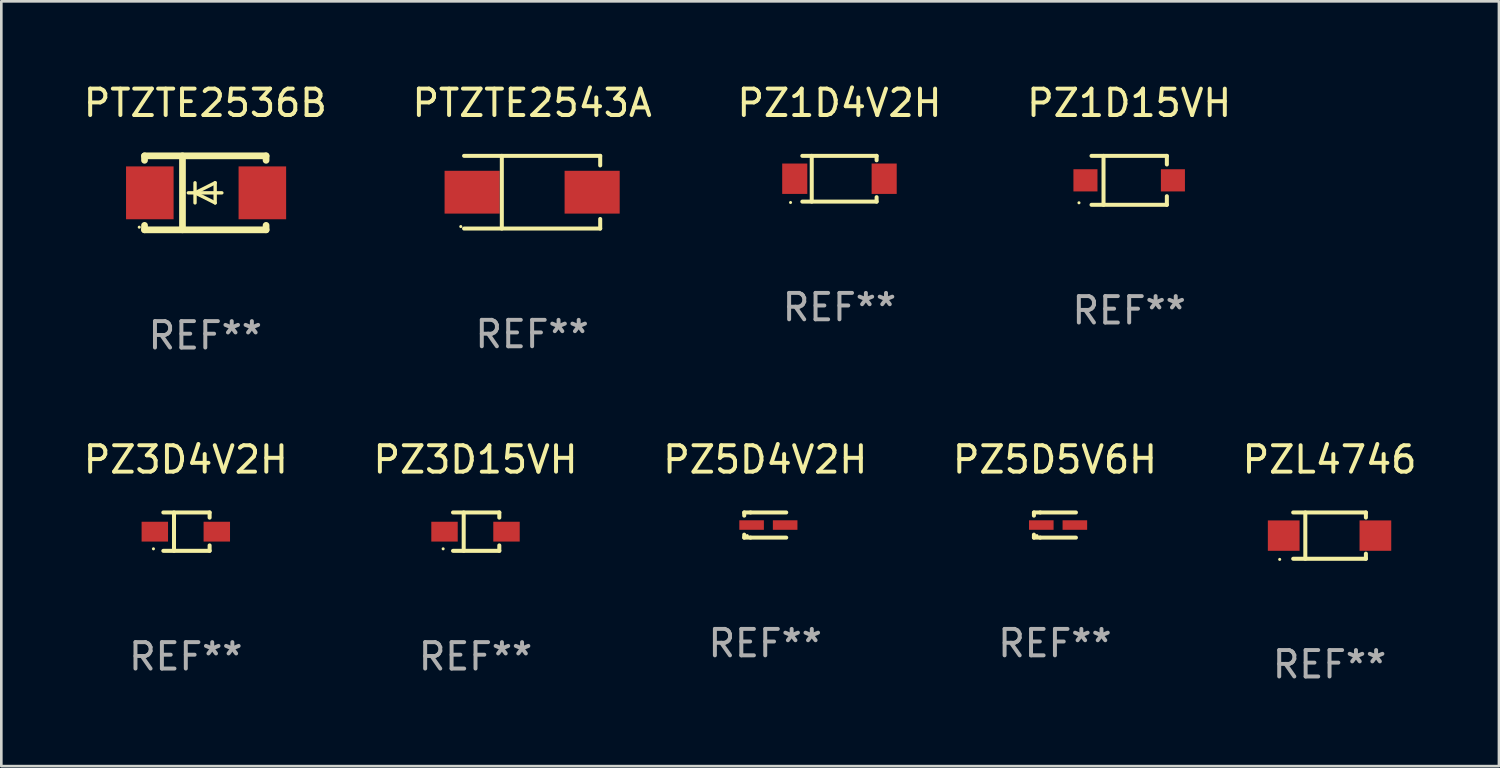
<source format=kicad_pcb>
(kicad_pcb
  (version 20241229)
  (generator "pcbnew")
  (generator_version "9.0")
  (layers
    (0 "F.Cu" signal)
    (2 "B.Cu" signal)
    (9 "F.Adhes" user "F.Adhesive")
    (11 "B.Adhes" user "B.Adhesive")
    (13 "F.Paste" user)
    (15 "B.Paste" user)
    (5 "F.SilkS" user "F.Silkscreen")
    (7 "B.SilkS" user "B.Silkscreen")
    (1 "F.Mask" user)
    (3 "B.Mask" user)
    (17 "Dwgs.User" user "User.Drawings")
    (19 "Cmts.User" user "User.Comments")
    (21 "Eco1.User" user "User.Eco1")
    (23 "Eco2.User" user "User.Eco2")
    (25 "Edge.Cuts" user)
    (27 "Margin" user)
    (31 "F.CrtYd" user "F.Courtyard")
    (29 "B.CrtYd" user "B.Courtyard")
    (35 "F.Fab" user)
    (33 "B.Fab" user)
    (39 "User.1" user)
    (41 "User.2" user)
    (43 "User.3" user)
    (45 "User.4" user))
  (footprint "PZ1D4V2H"
    (layer "F.Cu")
    (at 28.72 3.714)
    (property "Reference" "PZ1D4V2H" (at 0 -2.866 0) (layer "F.SilkS") (effects (font (size 1 1) (thickness 0.15))))
    (attr through_hole)
    (fp_line (start -1.406 -0.866) (end 1.406 -0.866) (stroke (width 0.152) (type solid)) (layer "F.SilkS"))
    (fp_line (start -1.406 0.866) (end 1.406 0.866) (stroke (width 0.152) (type solid)) (layer "F.SilkS"))
    (fp_line (start -1.049 -0.866) (end -1.049 0.866) (stroke (width 0.152) (type solid)) (layer "F.SilkS"))
    (fp_line (start 1.406 -0.866) (end 1.406 -0.698) (stroke (width 0.152) (type solid)) (layer "F.SilkS"))
    (fp_line (start 1.406 0.866) (end 1.406 0.698) (stroke (width 0.152) (type solid)) (layer "F.SilkS"))
    (fp_circle (center -1.851 0.9) (end -1.821 0.9) (stroke (width 0.06) (type solid)) (fill no) (layer "F.SilkS"))
    (fp_text user "REF**" (at 0 4.866 0) (layer "F.Fab") (effects (font (size 1 1) (thickness 0.15))))
    (pad "1" smd rect (at -1.692 0) (size 0.95 1.15) (layers "F.Cu" "F.Mask" "F.Paste"))
    (pad "2" smd rect (at 1.692 0) (size 0.95 1.15) (layers "F.Cu" "F.Mask" "F.Paste")))
  (footprint "PZ5D5V6H"
    (layer "F.Cu")
    (at 36.875 16.821)
    (property "Reference" "PZ5D5V6H" (at 0 -2.476 0) (layer "F.SilkS") (effects (font (size 1 1) (thickness 0.15))))
    (attr through_hole)
    (fp_line (start -0.795 -0.476) (end -0.795 -0.356) (stroke (width 0.152) (type solid)) (layer "F.SilkS"))
    (fp_line (start -0.795 0.363) (end -0.795 0.476) (stroke (width 0.152) (type solid)) (layer "F.SilkS"))
    (fp_line (start -0.795 0.476) (end -0.557 0.476) (stroke (width 0.152) (type solid)) (layer "F.SilkS"))
    (fp_line (start -0.557 -0.476) (end -0.795 -0.476) (stroke (width 0.152) (type solid)) (layer "F.SilkS"))
    (fp_line (start -0.557 -0.476) (end 0.795 -0.476) (stroke (width 0.152) (type solid)) (layer "F.SilkS"))
    (fp_line (start -0.557 0.476) (end 0.795 0.476) (stroke (width 0.152) (type solid)) (layer "F.SilkS"))
    (fp_circle (center -0.681 0.4) (end -0.651 0.4) (stroke (width 0.06) (type solid)) (fill no) (layer "F.SilkS"))
    (fp_text user "REF**" (at 0 4.476 0) (layer "F.Fab") (effects (font (size 1 1) (thickness 0.15))))
    (pad "1" smd rect (at -0.516 0 180) (size 0.93 0.36) (layers "F.Cu" "F.Mask" "F.Paste"))
    (pad "2" smd rect (at 0.754 0 180) (size 0.93 0.36) (layers "F.Cu" "F.Mask" "F.Paste")))
  (footprint "PZ3D15VH"
    (layer "F.Cu")
    (at 14.946 17.071)
    (property "Reference" "PZ3D15VH" (at 0 -2.726 0) (layer "F.SilkS") (effects (font (size 1 1) (thickness 0.15))))
    (attr through_hole)
    (fp_line (start -0.851 -0.726) (end 0.901 -0.726) (stroke (width 0.152) (type solid)) (layer "F.SilkS"))
    (fp_line (start -0.851 0.726) (end 0.901 0.726) (stroke (width 0.152) (type solid)) (layer "F.SilkS"))
    (fp_line (start -0.447 -0.726) (end -0.447 0.726) (stroke (width 0.152) (type solid)) (layer "F.SilkS"))
    (fp_line (start 0.901 -0.726) (end 0.901 -0.53) (stroke (width 0.152) (type solid)) (layer "F.SilkS"))
    (fp_line (start 0.901 0.726) (end 0.901 0.52) (stroke (width 0.152) (type solid)) (layer "F.SilkS"))
    (fp_circle (center -1.225 0.65) (end -1.195 0.65) (stroke (width 0.06) (type solid)) (fill no) (layer "F.SilkS"))
    (fp_text user "REF**" (at 0 4.726 0) (layer "F.Fab") (effects (font (size 1 1) (thickness 0.15))))
    (pad "1" smd rect (at -1.173 0) (size 1 0.75) (layers "F.Cu" "F.Mask" "F.Paste"))
    (pad "2" smd rect (at 1.173 0) (size 1 0.75) (layers "F.Cu" "F.Mask" "F.Paste")))
  (footprint "PTZTE2536B"
    (layer "F.Cu")
    (at 4.72 4.248)
    (property "Reference" "PTZTE2536B" (at 0 -3.4 0) (layer "F.SilkS") (effects (font (size 1 1) (thickness 0.15))))
    (attr through_hole)
    (fp_line (start -2.3 -1.4) (end -2.3 -1.231) (stroke (width 0.254) (type solid)) (layer "F.SilkS"))
    (fp_line (start -2.3 -1.4) (end 2.3 -1.4) (stroke (width 0.254) (type solid)) (layer "F.SilkS"))
    (fp_line (start -2.3 1.231) (end -2.3 1.4) (stroke (width 0.254) (type solid)) (layer "F.SilkS"))
    (fp_line (start -2.3 1.4) (end 2.3 1.4) (stroke (width 0.254) (type solid)) (layer "F.SilkS"))
    (fp_line (start -0.864 1.4) (end -0.864 -1.4) (stroke (width 0.254) (type solid)) (layer "F.SilkS"))
    (fp_line (start -0.389 0) (end -0.389 -0.381) (stroke (width 0.127) (type solid)) (layer "F.SilkS"))
    (fp_line (start -0.389 0) (end -0.389 0.381) (stroke (width 0.127) (type solid)) (layer "F.SilkS"))
    (fp_line (start 0.373 -0.381) (end -0.389 0) (stroke (width 0.127) (type solid)) (layer "F.SilkS"))
    (fp_line (start 0.373 0) (end 0.373 -0.381) (stroke (width 0.127) (type solid)) (layer "F.SilkS"))
    (fp_line (start 0.373 0) (end 0.373 0.381) (stroke (width 0.127) (type solid)) (layer "F.SilkS"))
    (fp_line (start 0.373 0.381) (end -0.389 0) (stroke (width 0.127) (type solid)) (layer "F.SilkS"))
    (fp_line (start 0.627 0) (end -0.643 0) (stroke (width 0.127) (type solid)) (layer "F.SilkS"))
    (fp_line (start 2.3 -1.4) (end 2.3 -1.231) (stroke (width 0.254) (type solid)) (layer "F.SilkS"))
    (fp_line (start 2.3 1.231) (end 2.3 1.4) (stroke (width 0.254) (type solid)) (layer "F.SilkS"))
    (fp_circle (center -2.5 1.3) (end -2.47 1.3) (stroke (width 0.06) (type solid)) (fill no) (layer "F.SilkS"))
    (fp_text user "REF**" (at 0 5.4 0) (layer "F.Fab") (effects (font (size 1 1) (thickness 0.15))))
    (pad "1" smd rect (at -2.1 0 180) (size 1.8 2) (layers "F.Cu" "F.Mask" "F.Paste"))
    (pad "2" smd rect (at 2.159 0 180) (size 1.8 2) (layers "F.Cu" "F.Mask" "F.Paste")))
  (footprint "PZ1D15VH"
    (layer "F.Cu")
    (at 39.685 3.775)
    (property "Reference" "PZ1D15VH" (at 0 -2.926 0) (layer "F.SilkS") (effects (font (size 1 1) (thickness 0.15))))
    (attr through_hole)
    (fp_line (start -1.426 0.926) (end 1.426 0.926) (stroke (width 0.152) (type solid)) (layer "F.SilkS"))
    (fp_line (start -1.426 -0.926) (end 1.426 -0.926) (stroke (width 0.152) (type solid)) (layer "F.SilkS"))
    (fp_line (start -0.971 0.926) (end -0.971 -0.926) (stroke (width 0.152) (type solid)) (layer "F.SilkS"))
    (fp_line (start 1.426 -0.926) (end 1.426 -0.6) (stroke (width 0.152) (type solid)) (layer "F.SilkS"))
    (fp_line (start 1.426 0.6) (end 1.426 0.926) (stroke (width 0.152) (type solid)) (layer "F.SilkS"))
    (fp_circle (center -1.9 0.85) (end -1.87 0.85) (stroke (width 0.06) (type solid)) (fill no) (layer "F.SilkS"))
    (fp_text user "REF**" (at 0 4.926 0) (layer "F.Fab") (effects (font (size 1 1) (thickness 0.15))))
    (pad "1" smd rect (at -1.655 -0.000064) (size 0.91 0.84) (layers "F.Cu" "F.Mask" "F.Paste"))
    (pad "2" smd rect (at 1.655 -0.000064) (size 0.91 0.84) (layers "F.Cu" "F.Mask" "F.Paste")))
  (footprint "PZ5D4V2H"
    (layer "F.Cu")
    (at 25.911 16.821)
    (property "Reference" "PZ5D4V2H" (at 0 -2.476 0) (layer "F.SilkS") (effects (font (size 1 1) (thickness 0.15))))
    (attr through_hole)
    (fp_line (start -0.795 -0.476) (end -0.795 -0.356) (stroke (width 0.152) (type solid)) (layer "F.SilkS"))
    (fp_line (start -0.795 0.363) (end -0.795 0.476) (stroke (width 0.152) (type solid)) (layer "F.SilkS"))
    (fp_line (start -0.795 0.476) (end -0.557 0.476) (stroke (width 0.152) (type solid)) (layer "F.SilkS"))
    (fp_line (start -0.557 -0.476) (end -0.795 -0.476) (stroke (width 0.152) (type solid)) (layer "F.SilkS"))
    (fp_line (start -0.557 -0.476) (end 0.795 -0.476) (stroke (width 0.152) (type solid)) (layer "F.SilkS"))
    (fp_line (start -0.557 0.476) (end 0.795 0.476) (stroke (width 0.152) (type solid)) (layer "F.SilkS"))
    (fp_circle (center -0.681 0.4) (end -0.651 0.4) (stroke (width 0.06) (type solid)) (fill no) (layer "F.SilkS"))
    (fp_text user "REF**" (at 0 4.476 0) (layer "F.Fab") (effects (font (size 1 1) (thickness 0.15))))
    (pad "1" smd rect (at -0.516 0 180) (size 0.93 0.36) (layers "F.Cu" "F.Mask" "F.Paste"))
    (pad "2" smd rect (at 0.754 0 180) (size 0.93 0.36) (layers "F.Cu" "F.Mask" "F.Paste")))
  (footprint "PTZTE2543A"
    (layer "F.Cu")
    (at 17.089 4.224)
    (property "Reference" "PTZTE2543A" (at 0 -3.376 0) (layer "F.SilkS") (effects (font (size 1 1) (thickness 0.15))))
    (attr through_hole)
    (fp_line (start -2.576 -1.376) (end 2.576 -1.376) (stroke (width 0.152) (type solid)) (layer "F.SilkS"))
    (fp_line (start -2.576 1.376) (end 2.576 1.376) (stroke (width 0.152) (type solid)) (layer "F.SilkS"))
    (fp_line (start -1.147 -1.376) (end -1.147 1.376) (stroke (width 0.152) (type solid)) (layer "F.SilkS"))
    (fp_line (start 2.576 -1.376) (end 2.576 -1.013) (stroke (width 0.152) (type solid)) (layer "F.SilkS"))
    (fp_line (start 2.576 1.376) (end 2.576 1.013) (stroke (width 0.152) (type solid)) (layer "F.SilkS"))
    (fp_circle (center -2.7 1.3) (end -2.67 1.3) (stroke (width 0.06) (type solid)) (fill no) (layer "F.SilkS"))
    (fp_text user "REF**" (at 0 5.376 0) (layer "F.Fab") (effects (font (size 1 1) (thickness 0.15))))
    (pad "1" smd rect (at -2.271 0) (size 2.085 1.62) (layers "F.Cu" "F.Mask" "F.Paste"))
    (pad "2" smd rect (at 2.271 0) (size 2.085 1.62) (layers "F.Cu" "F.Mask" "F.Paste")))
  (footprint "PZ3D4V2H"
    (layer "F.Cu")
    (at 3.982 17.071)
    (property "Reference" "PZ3D4V2H" (at 0 -2.726 0) (layer "F.SilkS") (effects (font (size 1 1) (thickness 0.15))))
    (attr through_hole)
    (fp_line (start -0.851 -0.726) (end 0.901 -0.726) (stroke (width 0.152) (type solid)) (layer "F.SilkS"))
    (fp_line (start -0.851 0.726) (end 0.901 0.726) (stroke (width 0.152) (type solid)) (layer "F.SilkS"))
    (fp_line (start -0.447 -0.726) (end -0.447 0.726) (stroke (width 0.152) (type solid)) (layer "F.SilkS"))
    (fp_line (start 0.901 -0.726) (end 0.901 -0.53) (stroke (width 0.152) (type solid)) (layer "F.SilkS"))
    (fp_line (start 0.901 0.726) (end 0.901 0.52) (stroke (width 0.152) (type solid)) (layer "F.SilkS"))
    (fp_circle (center -1.225 0.65) (end -1.195 0.65) (stroke (width 0.06) (type solid)) (fill no) (layer "F.SilkS"))
    (fp_text user "REF**" (at 0 4.726 0) (layer "F.Fab") (effects (font (size 1 1) (thickness 0.15))))
    (pad "1" smd rect (at -1.173 0) (size 1 0.75) (layers "F.Cu" "F.Mask" "F.Paste"))
    (pad "2" smd rect (at 1.173 0) (size 1 0.75) (layers "F.Cu" "F.Mask" "F.Paste")))
  (footprint "PZL4746"
    (layer "F.Cu")
    (at 47.268 17.221)
    (property "Reference" "PZL4746" (at 0 -2.876 0) (layer "F.SilkS") (effects (font (size 1 1) (thickness 0.15))))
    (attr through_hole)
    (fp_line (start -1.376 -0.876) (end 1.376 -0.876) (stroke (width 0.152) (type solid)) (layer "F.SilkS"))
    (fp_line (start -1.376 0.876) (end 1.376 0.876) (stroke (width 0.152) (type solid)) (layer "F.SilkS"))
    (fp_line (start -0.917 -0.876) (end -0.917 0.876) (stroke (width 0.152) (type solid)) (layer "F.SilkS"))
    (fp_line (start 1.376 -0.876) (end 1.376 -0.683) (stroke (width 0.152) (type solid)) (layer "F.SilkS"))
    (fp_line (start 1.376 0.876) (end 1.376 0.683) (stroke (width 0.152) (type solid)) (layer "F.SilkS"))
    (fp_circle (center -1.887 0.9) (end -1.857 0.9) (stroke (width 0.06) (type solid)) (fill no) (layer "F.SilkS"))
    (fp_text user "REF**" (at 0 4.876 0) (layer "F.Fab") (effects (font (size 1 1) (thickness 0.15))))
    (pad "1" smd rect (at -1.735 0) (size 1.2 1.15) (layers "F.Cu" "F.Mask" "F.Paste"))
    (pad "2" smd rect (at 1.735 0) (size 1.2 1.15) (layers "F.Cu" "F.Mask" "F.Paste")))
  (gr_rect
    (start -3 -3)
    (end 53.679 25.945)
    (stroke (width 0.1) (type default))
    (fill no)
    (layer "Edge.Cuts")))
</source>
